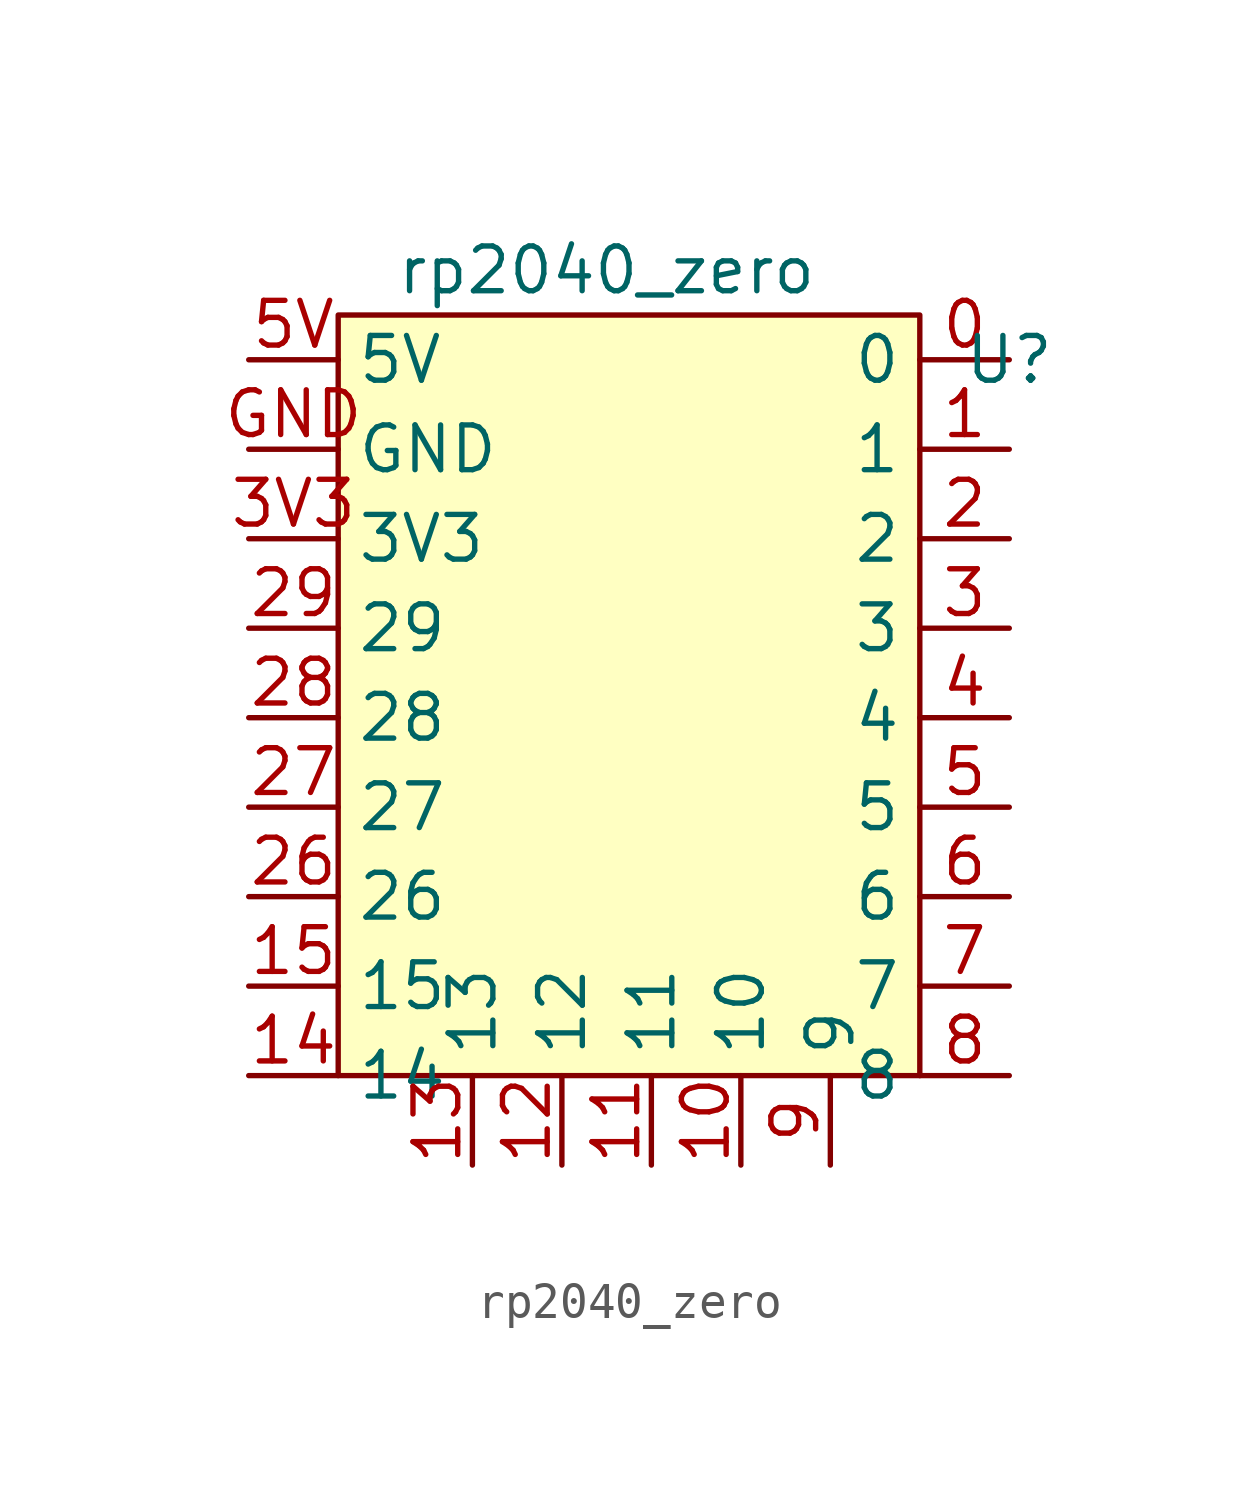
<source format=kicad_sym>
(kicad_symbol_lib
  (version 20211014)
  (generator kicad_symbol_editor)
  (symbol "rp2040_zero"
    (property "Reference" "U"
      (at 5.08 0 0)
      (effects (font (size 1.27 1.27))))
    (property "Value" "rp2040_zero"
      (at -6.35 2.54 0)
      (effects (font (size 1.27 1.27))))
    (symbol "rp2040_zero_0_0"
      (pin unspecified line (at 5.08 0 180) (length 2.54) (name "0" (effects (font (size 1.27 1.27)))) (number "0" (effects (font (size 1.27 1.27)))))
      (pin unspecified line (at 5.08 -2.54 180) (length 2.54) (name "1" (effects (font (size 1.27 1.27)))) (number "1" (effects (font (size 1.27 1.27)))))
      (pin bidirectional line (at -2.54 -22.86 90) (length 2.54) (name "10" (effects (font (size 1.27 1.27)))) (number "10" (effects (font (size 1.27 1.27)))))
      (pin bidirectional line (at -5.08 -22.86 90) (length 2.54) (name "11" (effects (font (size 1.27 1.27)))) (number "11" (effects (font (size 1.27 1.27)))))
      (pin bidirectional line (at -7.62 -22.86 90) (length 2.54) (name "12" (effects (font (size 1.27 1.27)))) (number "12" (effects (font (size 1.27 1.27)))))
      (pin bidirectional line (at -10.16 -22.86 90) (length 2.54) (name "13" (effects (font (size 1.27 1.27)))) (number "13" (effects (font (size 1.27 1.27)))))
      (pin bidirectional line (at -16.51 -20.32 0) (length 2.54) (name "14" (effects (font (size 1.27 1.27)))) (number "14" (effects (font (size 1.27 1.27)))))
      (pin bidirectional line (at -16.51 -17.78 0) (length 2.54) (name "15" (effects (font (size 1.27 1.27)))) (number "15" (effects (font (size 1.27 1.27)))))
      (pin unspecified line (at 5.08 -5.08 180) (length 2.54) (name "2" (effects (font (size 1.27 1.27)))) (number "2" (effects (font (size 1.27 1.27)))))
      (pin bidirectional line (at -16.51 -15.24 0) (length 2.54) (name "26" (effects (font (size 1.27 1.27)))) (number "26" (effects (font (size 1.27 1.27)))))
      (pin bidirectional line (at -16.51 -12.7 0) (length 2.54) (name "27" (effects (font (size 1.27 1.27)))) (number "27" (effects (font (size 1.27 1.27)))))
      (pin bidirectional line (at -16.51 -10.16 0) (length 2.54) (name "28" (effects (font (size 1.27 1.27)))) (number "28" (effects (font (size 1.27 1.27)))))
      (pin bidirectional line (at -16.51 -7.62 0) (length 2.54) (name "29" (effects (font (size 1.27 1.27)))) (number "29" (effects (font (size 1.27 1.27)))))
      (pin unspecified line (at 5.08 -7.62 180) (length 2.54) (name "3" (effects (font (size 1.27 1.27)))) (number "3" (effects (font (size 1.27 1.27)))))
      (pin bidirectional line (at -16.51 -5.08 0) (length 2.54) (name "3V3" (effects (font (size 1.27 1.27)))) (number "3V3" (effects (font (size 1.27 1.27)))))
      (pin unspecified line (at 5.08 -10.16 180) (length 2.54) (name "4" (effects (font (size 1.27 1.27)))) (number "4" (effects (font (size 1.27 1.27)))))
      (pin unspecified line (at 5.08 -12.7 180) (length 2.54) (name "5" (effects (font (size 1.27 1.27)))) (number "5" (effects (font (size 1.27 1.27)))))
      (pin bidirectional line (at -16.51 0 0) (length 2.54) (name "5V" (effects (font (size 1.27 1.27)))) (number "5V" (effects (font (size 1.27 1.27)))))
      (pin unspecified line (at 5.08 -15.24 180) (length 2.54) (name "6" (effects (font (size 1.27 1.27)))) (number "6" (effects (font (size 1.27 1.27)))))
      (pin unspecified line (at 5.08 -17.78 180) (length 2.54) (name "7" (effects (font (size 1.27 1.27)))) (number "7" (effects (font (size 1.27 1.27)))))
      (pin unspecified line (at 5.08 -20.32 180) (length 2.54) (name "8" (effects (font (size 1.27 1.27)))) (number "8" (effects (font (size 1.27 1.27)))))
      (pin bidirectional line (at 0 -22.86 90) (length 2.54) (name "9" (effects (font (size 1.27 1.27)))) (number "9" (effects (font (size 1.27 1.27)))))
      (pin bidirectional line (at -16.51 -2.54 0) (length 2.54) (name "GND" (effects (font (size 1.27 1.27)))) (number "GND" (effects (font (size 1.27 1.27))))))
    (symbol "rp2040_zero_0_1"
      (rectangle (start -13.97 1.27) (end 2.54 -20.32) (stroke (width 0) (type default) (color 0 0 0 0)) (fill (type background))))))
</source>
